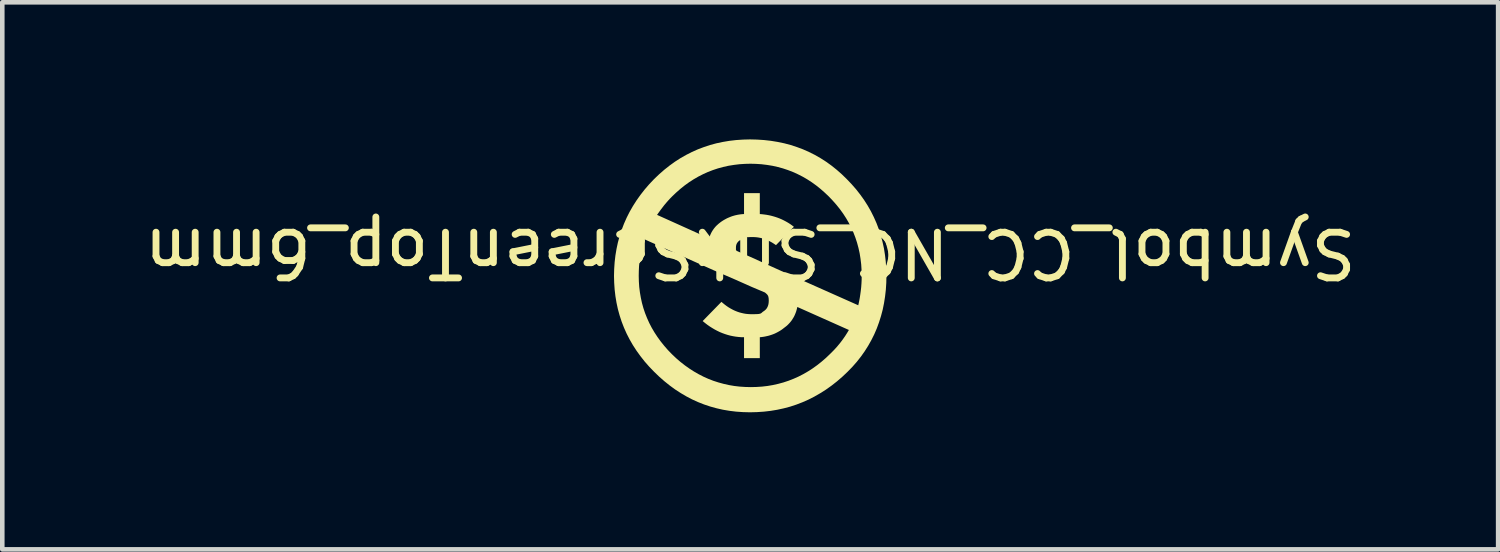
<source format=kicad_pcb>
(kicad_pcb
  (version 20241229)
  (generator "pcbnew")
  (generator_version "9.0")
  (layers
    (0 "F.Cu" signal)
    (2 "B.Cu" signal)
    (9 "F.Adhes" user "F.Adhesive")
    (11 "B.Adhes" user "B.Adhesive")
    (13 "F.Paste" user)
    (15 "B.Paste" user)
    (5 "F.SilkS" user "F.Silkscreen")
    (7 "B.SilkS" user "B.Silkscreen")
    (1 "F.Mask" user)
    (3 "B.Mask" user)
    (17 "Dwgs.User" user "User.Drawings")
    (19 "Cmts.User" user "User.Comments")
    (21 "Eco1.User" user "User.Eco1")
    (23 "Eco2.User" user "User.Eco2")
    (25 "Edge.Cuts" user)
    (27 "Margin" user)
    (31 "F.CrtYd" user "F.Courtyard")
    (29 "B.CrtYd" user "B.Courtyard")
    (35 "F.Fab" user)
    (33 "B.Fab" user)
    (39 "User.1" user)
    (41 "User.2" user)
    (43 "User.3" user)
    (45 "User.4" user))
  (footprint "Symbol_CC_NC_SilkScreenTop_6mm"
    (layer "F.Cu")
    (at 13.363 2.985)
    (property "Reference" "Symbol_CC_NC_SilkScreenTop_6mm" (at 0 -0.5 180) (unlocked yes) (layer "F.SilkS") (effects (font (size 1 1) (thickness 0.15))))
    (attr board_only exclude_from_pos_files exclude_from_bom allow_missing_courtyard)
    (fp_poly (pts (xy 0.151 -2.981) (xy 0.304 -2.971) (xy 0.454 -2.954) (xy 0.6 -2.93) (xy 0.744 -2.9) (xy 0.884 -2.863) (xy 1.021 -2.818) (xy 1.155 -2.768) (xy 1.286 -2.71) (xy 1.414 -2.646) (xy 1.538 -2.575) (xy 1.66 -2.497) (xy 1.778 -2.412) (xy 1.893 -2.32) (xy 2.004 -2.222) (xy 2.112 -2.117) (xy 2.217 -2.007) (xy 2.316 -1.894) (xy 2.407 -1.778) (xy 2.492 -1.659) (xy 2.57 -1.537) (xy 2.641 -1.412) (xy 2.705 -1.284) (xy 2.763 -1.153) (xy 2.814 -1.019) (xy 2.858 -0.882) (xy 2.895 -0.742) (xy 2.926 -0.6) (xy 2.949 -0.454) (xy 2.966 -0.306) (xy 2.976 -0.154) (xy 2.98 0) (xy 2.977 0.154) (xy 2.967 0.306) (xy 2.95 0.454) (xy 2.927 0.599) (xy 2.898 0.742) (xy 2.861 0.881) (xy 2.818 1.017) (xy 2.769 1.151) (xy 2.713 1.281) (xy 2.65 1.407) (xy 2.58 1.531) (xy 2.504 1.651) (xy 2.421 1.768) (xy 2.331 1.882) (xy 2.234 1.992) (xy 2.131 2.098) (xy 2.016 2.207) (xy 1.899 2.308) (xy 1.779 2.402) (xy 1.657 2.489) (xy 1.532 2.568) (xy 1.405 2.641) (xy 1.276 2.707) (xy 1.144 2.765) (xy 1.009 2.817) (xy 0.872 2.862) (xy 0.732 2.899) (xy 0.59 2.93) (xy 0.445 2.954) (xy 0.298 2.971) (xy 0.148 2.981) (xy -0.005 2.985) (xy -0.157 2.981) (xy -0.306 2.971) (xy -0.453 2.953) (xy -0.596 2.929) (xy -0.737 2.897) (xy -0.874 2.859) (xy -1.009 2.814) (xy -1.141 2.762) (xy -1.271 2.703) (xy -1.397 2.637) (xy -1.521 2.564) (xy -1.643 2.485) (xy -1.762 2.398) (xy -1.878 2.305) (xy -1.992 2.205) (xy -2.103 2.098) (xy -2.21 1.987) (xy -2.31 1.873) (xy -2.402 1.756) (xy -2.488 1.637) (xy -2.567 1.515) (xy -2.639 1.39) (xy -2.704 1.263) (xy -2.762 1.133) (xy -2.813 1.001) (xy -2.857 0.866) (xy -2.895 0.728) (xy -2.925 0.588) (xy -2.949 0.445) (xy -2.966 0.299) (xy -2.976 0.151) (xy -2.98 0) (xy -2.439 0) (xy -2.436 0.123) (xy -2.428 0.244) (xy -2.413 0.363) (xy -2.393 0.479) (xy -2.368 0.594) (xy -2.337 0.706) (xy -2.3 0.816) (xy -2.257 0.924) (xy -2.209 1.031) (xy -2.155 1.135) (xy -2.095 1.237) (xy -2.03 1.336) (xy -1.959 1.434) (xy -1.882 1.53) (xy -1.8 1.624) (xy -1.711 1.716) (xy -1.619 1.803) (xy -1.525 1.884) (xy -1.429 1.959) (xy -1.33 2.029) (xy -1.23 2.093) (xy -1.127 2.152) (xy -1.022 2.206) (xy -0.915 2.254) (xy -0.806 2.296) (xy -0.695 2.332) (xy -0.582 2.363) (xy -0.467 2.389) (xy -0.35 2.409) (xy -0.23 2.423) (xy -0.109 2.431) (xy 0.014 2.434) (xy 0.137 2.431) (xy 0.259 2.423) (xy 0.378 2.409) (xy 0.496 2.389) (xy 0.612 2.363) (xy 0.726 2.332) (xy 0.838 2.295) (xy 0.948 2.252) (xy 1.056 2.204) (xy 1.161 2.15) (xy 1.265 2.09) (xy 1.366 2.025) (xy 1.465 1.954) (xy 1.562 1.877) (xy 1.657 1.795) (xy 1.749 1.707) (xy 1.781 1.675) (xy 1.813 1.643) (xy 1.844 1.611) (xy 1.873 1.579) (xy 1.902 1.547) (xy 1.929 1.514) (xy 1.956 1.482) (xy 1.982 1.449) (xy 2.007 1.416) (xy 2.031 1.383) (xy 2.054 1.35) (xy 2.077 1.317) (xy 2.119 1.251) (xy 2.159 1.184) (xy 1.031 0.681) (xy 1.023 0.715) (xy 1.014 0.749) (xy 1.004 0.783) (xy 0.992 0.815) (xy 0.979 0.847) (xy 0.965 0.878) (xy 0.949 0.908) (xy 0.931 0.937) (xy 0.913 0.966) (xy 0.893 0.993) (xy 0.871 1.02) (xy 0.848 1.045) (xy 0.824 1.07) (xy 0.798 1.094) (xy 0.77 1.116) (xy 0.741 1.138) (xy 0.713 1.16) (xy 0.684 1.181) (xy 0.655 1.2) (xy 0.624 1.218) (xy 0.593 1.235) (xy 0.562 1.251) (xy 0.53 1.266) (xy 0.497 1.279) (xy 0.463 1.291) (xy 0.429 1.302) (xy 0.394 1.312) (xy 0.358 1.32) (xy 0.322 1.328) (xy 0.285 1.334) (xy 0.248 1.339) (xy 0.21 1.343) (xy 0.21 1.8) (xy -0.135 1.8) (xy -0.135 1.343) (xy -0.196 1.342) (xy -0.257 1.337) (xy -0.317 1.33) (xy -0.376 1.32) (xy -0.435 1.308) (xy -0.494 1.292) (xy -0.551 1.274) (xy -0.609 1.253) (xy -0.665 1.23) (xy -0.721 1.203) (xy -0.776 1.174) (xy -0.83 1.142) (xy -0.884 1.108) (xy -0.937 1.071) (xy -0.989 1.031) (xy -1.04 0.989) (xy -0.63 0.569) (xy -0.592 0.601) (xy -0.555 0.631) (xy -0.516 0.66) (xy -0.478 0.686) (xy -0.438 0.71) (xy -0.398 0.732) (xy -0.357 0.753) (xy -0.316 0.771) (xy -0.274 0.787) (xy -0.232 0.801) (xy -0.189 0.812) (xy -0.146 0.822) (xy -0.102 0.83) (xy -0.057 0.835) (xy -0.013 0.838) (xy 0.033 0.839) (xy 0.075 0.839) (xy 0.11 0.838) (xy 0.14 0.837) (xy 0.165 0.836) (xy 0.186 0.834) (xy 0.202 0.831) (xy 0.215 0.828) (xy 0.226 0.824) (xy 0.235 0.82) (xy 0.242 0.815) (xy 0.249 0.81) (xy 0.256 0.804) (xy 0.271 0.79) (xy 0.281 0.783) (xy 0.294 0.774) (xy 0.301 0.77) (xy 0.307 0.765) (xy 0.314 0.76) (xy 0.32 0.755) (xy 0.326 0.75) (xy 0.332 0.745) (xy 0.337 0.739) (xy 0.343 0.734) (xy 0.348 0.728) (xy 0.353 0.722) (xy 0.358 0.716) (xy 0.362 0.709) (xy 0.366 0.703) (xy 0.37 0.696) (xy 0.374 0.689) (xy 0.378 0.682) (xy 0.381 0.675) (xy 0.384 0.667) (xy 0.387 0.659) (xy 0.39 0.652) (xy 0.392 0.644) (xy 0.395 0.635) (xy 0.397 0.627) (xy 0.399 0.618) (xy 0.4 0.609) (xy 0.402 0.6) (xy 0.404 0.581) (xy 0.405 0.561) (xy 0.406 0.541) (xy 0.405 0.521) (xy 0.404 0.503) (xy 0.403 0.487) (xy 0.4 0.473) (xy 0.398 0.46) (xy 0.394 0.448) (xy 0.39 0.437) (xy 0.385 0.428) (xy 0.379 0.419) (xy 0.373 0.411) (xy 0.366 0.403) (xy 0.358 0.395) (xy 0.35 0.388) (xy 0.341 0.38) (xy 0.322 0.364) (xy 0.033 0.242) (xy -0.322 0.084) (xy -0.797 -0.121) (xy -2.31 -0.798) (xy -2.325 -0.756) (xy -2.341 -0.71) (xy -2.355 -0.663) (xy -2.368 -0.615) (xy -2.38 -0.567) (xy -2.391 -0.518) (xy -2.4 -0.469) (xy -2.409 -0.419) (xy -2.416 -0.368) (xy -2.422 -0.317) (xy -2.427 -0.265) (xy -2.432 -0.213) (xy -2.437 -0.108) (xy -2.439 0) (xy -2.98 0) (xy -2.976 -0.151) (xy -2.966 -0.299) (xy -2.949 -0.446) (xy -2.925 -0.589) (xy -2.895 -0.73) (xy -2.857 -0.869) (xy -2.813 -1.005) (xy -2.762 -1.139) (xy -2.704 -1.27) (xy -2.672 -1.334) (xy -2.038 -1.334) (xy -0.9 -0.821) (xy -0.891 -0.85) (xy -0.88 -0.878) (xy -0.869 -0.906) (xy -0.856 -0.933) (xy -0.843 -0.959) (xy -0.828 -0.984) (xy -0.812 -1.008) (xy -0.795 -1.032) (xy -0.777 -1.055) (xy -0.758 -1.077) (xy -0.738 -1.098) (xy -0.716 -1.118) (xy -0.694 -1.138) (xy -0.67 -1.157) (xy -0.646 -1.176) (xy -0.62 -1.194) (xy -0.594 -1.211) (xy -0.567 -1.227) (xy -0.539 -1.242) (xy -0.512 -1.257) (xy -0.483 -1.27) (xy -0.454 -1.282) (xy -0.425 -1.294) (xy -0.395 -1.305) (xy -0.365 -1.314) (xy -0.334 -1.323) (xy -0.302 -1.33) (xy -0.27 -1.337) (xy -0.237 -1.342) (xy -0.204 -1.347) (xy -0.17 -1.35) (xy -0.135 -1.352) (xy -0.135 -1.809) (xy 0.21 -1.809) (xy 0.21 -1.352) (xy 0.26 -1.348) (xy 0.31 -1.342) (xy 0.36 -1.335) (xy 0.409 -1.326) (xy 0.458 -1.315) (xy 0.506 -1.302) (xy 0.553 -1.288) (xy 0.6 -1.272) (xy 0.647 -1.254) (xy 0.693 -1.234) (xy 0.738 -1.212) (xy 0.783 -1.188) (xy 0.827 -1.163) (xy 0.871 -1.135) (xy 0.914 -1.105) (xy 0.956 -1.073) (xy 0.564 -0.672) (xy 0.533 -0.693) (xy 0.501 -0.714) (xy 0.47 -0.733) (xy 0.438 -0.75) (xy 0.407 -0.766) (xy 0.375 -0.781) (xy 0.343 -0.794) (xy 0.311 -0.806) (xy 0.279 -0.816) (xy 0.247 -0.825) (xy 0.215 -0.832) (xy 0.183 -0.838) (xy 0.15 -0.843) (xy 0.117 -0.846) (xy 0.084 -0.848) (xy 0.051 -0.849) (xy 0.02 -0.848) (xy -0.007 -0.848) (xy -0.031 -0.847) (xy -0.052 -0.845) (xy -0.071 -0.843) (xy -0.087 -0.841) (xy -0.101 -0.838) (xy -0.113 -0.835) (xy -0.124 -0.831) (xy -0.135 -0.827) (xy -0.145 -0.822) (xy -0.155 -0.817) (xy -0.176 -0.806) (xy -0.201 -0.793) (xy -0.214 -0.786) (xy -0.227 -0.778) (xy -0.239 -0.77) (xy -0.244 -0.765) (xy -0.249 -0.761) (xy -0.255 -0.757) (xy -0.26 -0.752) (xy -0.264 -0.747) (xy -0.269 -0.742) (xy -0.273 -0.737) (xy -0.277 -0.732) (xy -0.281 -0.727) (xy -0.284 -0.722) (xy -0.288 -0.716) (xy -0.291 -0.71) (xy -0.294 -0.705) (xy -0.297 -0.699) (xy -0.299 -0.693) (xy -0.302 -0.686) (xy -0.304 -0.68) (xy -0.305 -0.673) (xy -0.307 -0.667) (xy -0.309 -0.66) (xy -0.31 -0.653) (xy -0.311 -0.646) (xy -0.311 -0.638) (xy -0.312 -0.631) (xy -0.312 -0.616) (xy -0.312 -0.589) (xy -0.312 -0.58) (xy -0.312 -0.572) (xy -0.312 -0.567) (xy -0.311 -0.562) (xy -0.31 -0.559) (xy -0.309 -0.557) (xy -0.307 -0.556) (xy -0.306 -0.555) (xy -0.301 -0.553) (xy -0.297 -0.551) (xy -0.294 -0.549) (xy -0.289 -0.545) (xy -0.284 -0.541) (xy 0.098 -0.373) (xy 0.359 -0.252) (xy 0.835 -0.037) (xy 2.364 0.644) (xy 2.381 0.566) (xy 2.396 0.488) (xy 2.408 0.409) (xy 2.419 0.329) (xy 2.428 0.248) (xy 2.434 0.166) (xy 2.438 0.084) (xy 2.439 0) (xy 2.436 -0.128) (xy 2.428 -0.253) (xy 2.413 -0.376) (xy 2.394 -0.495) (xy 2.368 -0.612) (xy 2.337 -0.727) (xy 2.3 -0.839) (xy 2.258 -0.948) (xy 2.21 -1.055) (xy 2.157 -1.159) (xy 2.098 -1.261) (xy 2.034 -1.36) (xy 1.964 -1.457) (xy 1.888 -1.552) (xy 1.807 -1.644) (xy 1.721 -1.735) (xy 1.63 -1.821) (xy 1.538 -1.902) (xy 1.443 -1.978) (xy 1.346 -2.048) (xy 1.247 -2.112) (xy 1.145 -2.171) (xy 1.041 -2.224) (xy 0.935 -2.272) (xy 0.826 -2.314) (xy 0.715 -2.351) (xy 0.601 -2.382) (xy 0.485 -2.408) (xy 0.367 -2.427) (xy 0.245 -2.442) (xy 0.122 -2.45) (xy 0.005 -2.453) (xy -0.112 -2.45) (xy -0.236 -2.442) (xy -0.357 -2.427) (xy -0.476 -2.408) (xy -0.592 -2.382) (xy -0.706 -2.351) (xy -0.817 -2.314) (xy -0.926 -2.272) (xy -1.032 -2.224) (xy -1.136 -2.171) (xy -1.238 -2.112) (xy -1.337 -2.048) (xy -1.434 -1.978) (xy -1.529 -1.902) (xy -1.621 -1.821) (xy -1.711 -1.735) (xy -1.756 -1.689) (xy -1.799 -1.642) (xy -1.841 -1.594) (xy -1.882 -1.545) (xy -1.921 -1.494) (xy -1.961 -1.442) (xy -1.999 -1.389) (xy -2.038 -1.334) (xy -2.672 -1.334) (xy -2.639 -1.399) (xy -2.567 -1.525) (xy -2.488 -1.649) (xy -2.402 -1.77) (xy -2.31 -1.888) (xy -2.21 -2.004) (xy -2.103 -2.117) (xy -1.993 -2.222) (xy -1.881 -2.32) (xy -1.765 -2.412) (xy -1.647 -2.497) (xy -1.526 -2.575) (xy -1.401 -2.646) (xy -1.275 -2.71) (xy -1.145 -2.768) (xy -1.012 -2.818) (xy -0.877 -2.863) (xy -0.739 -2.9) (xy -0.597 -2.93) (xy -0.454 -2.954) (xy -0.307 -2.971) (xy -0.157 -2.981) (xy -0.005 -2.985)) (stroke (width -0.000001) (type solid)) (fill yes) (layer "F.SilkS")))
  (gr_rect
    (start -3 -3)
    (end 29.726 8.969)
    (stroke (width 0.1) (type default))
    (fill no)
    (layer "Edge.Cuts")))
</source>
